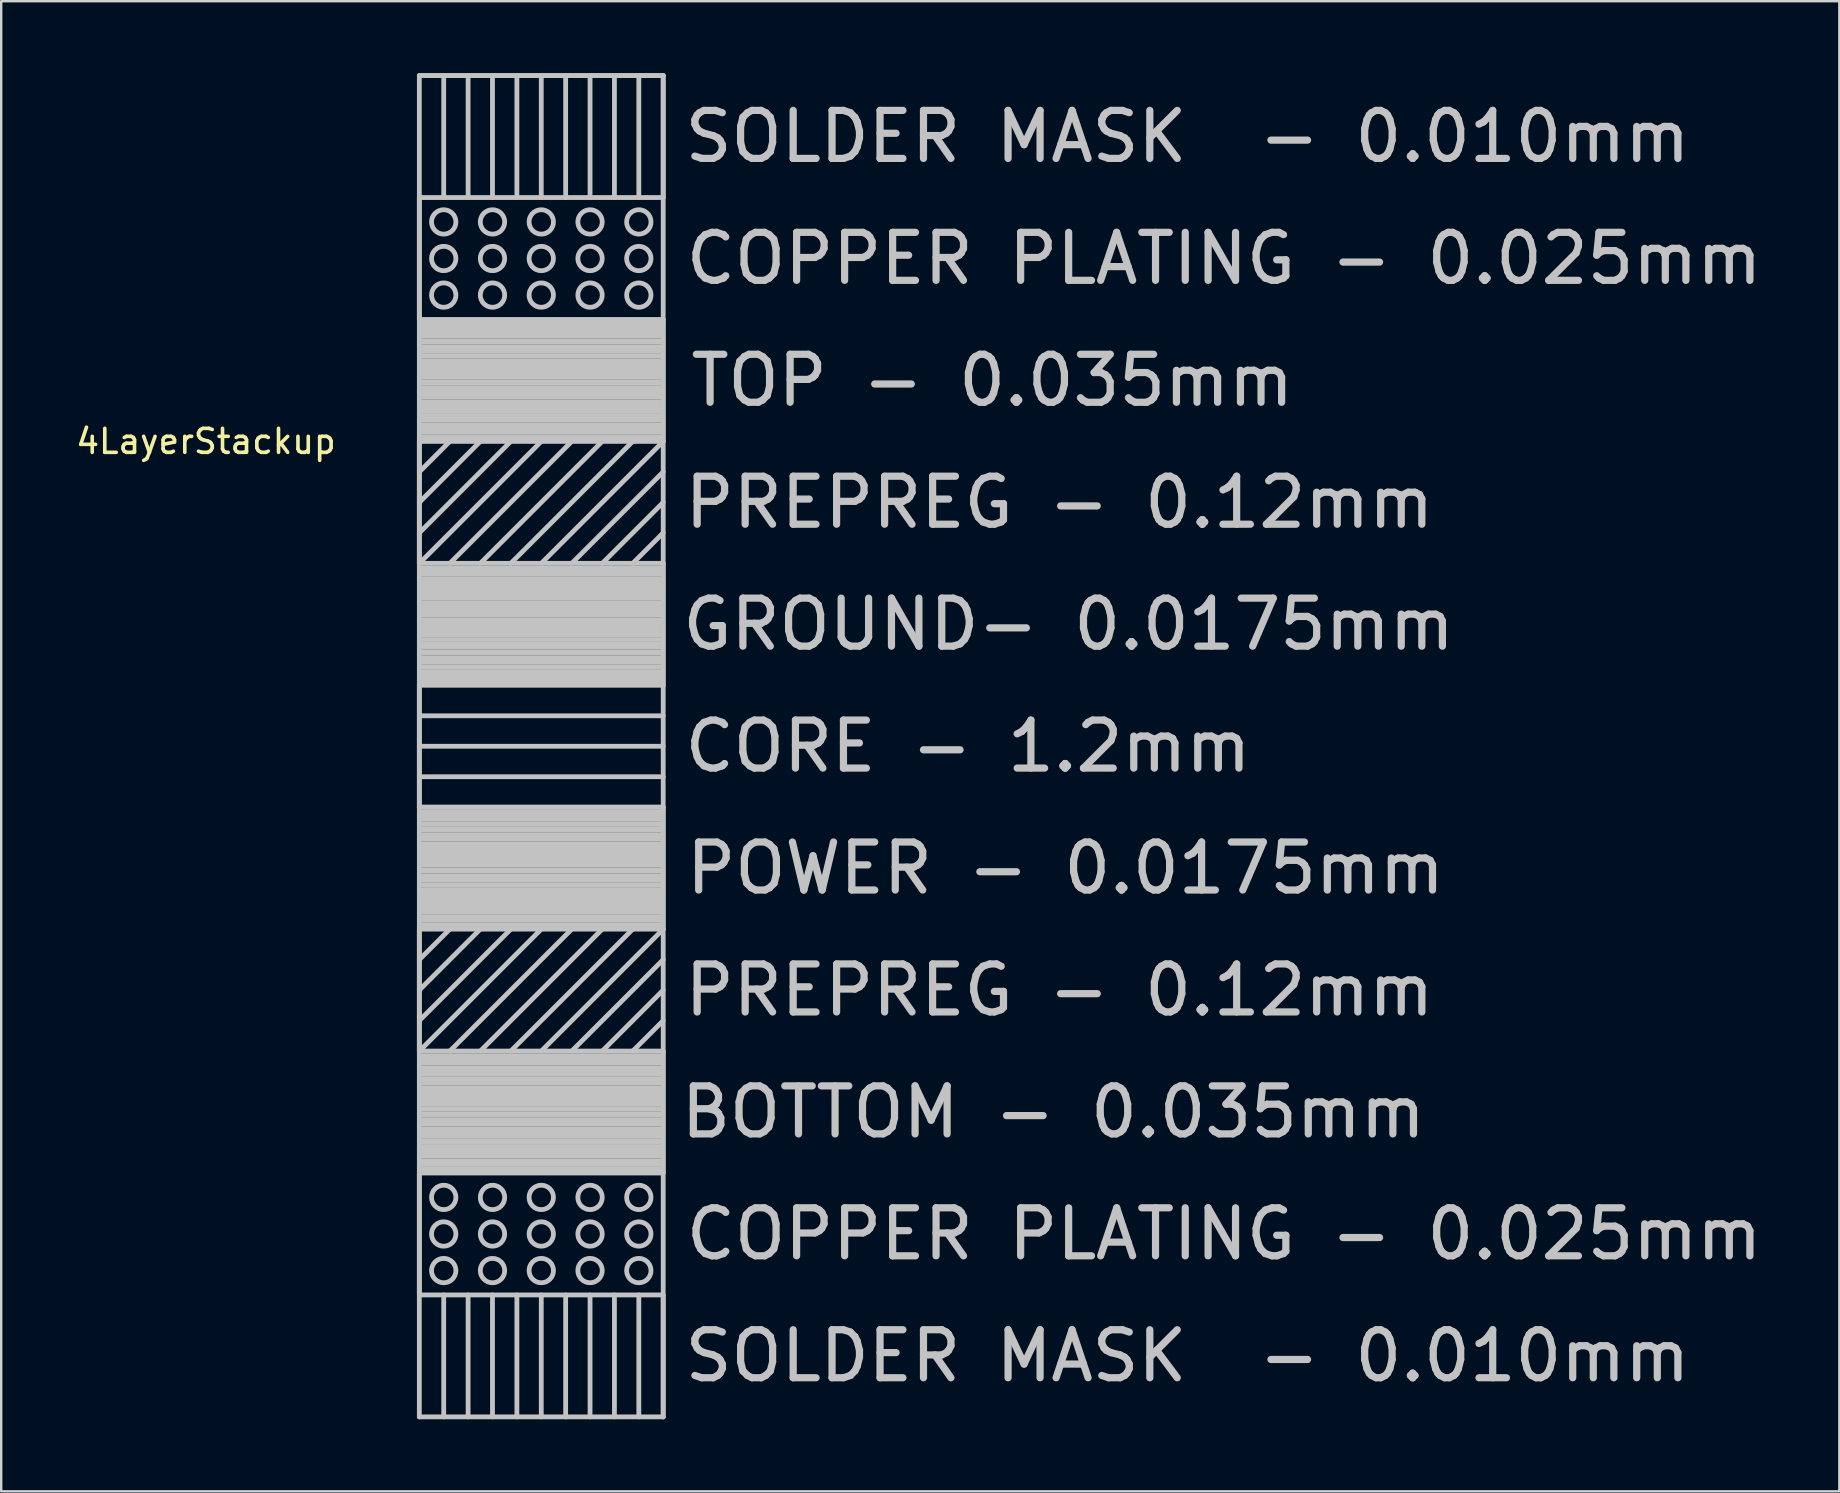
<source format=kicad_pcb>
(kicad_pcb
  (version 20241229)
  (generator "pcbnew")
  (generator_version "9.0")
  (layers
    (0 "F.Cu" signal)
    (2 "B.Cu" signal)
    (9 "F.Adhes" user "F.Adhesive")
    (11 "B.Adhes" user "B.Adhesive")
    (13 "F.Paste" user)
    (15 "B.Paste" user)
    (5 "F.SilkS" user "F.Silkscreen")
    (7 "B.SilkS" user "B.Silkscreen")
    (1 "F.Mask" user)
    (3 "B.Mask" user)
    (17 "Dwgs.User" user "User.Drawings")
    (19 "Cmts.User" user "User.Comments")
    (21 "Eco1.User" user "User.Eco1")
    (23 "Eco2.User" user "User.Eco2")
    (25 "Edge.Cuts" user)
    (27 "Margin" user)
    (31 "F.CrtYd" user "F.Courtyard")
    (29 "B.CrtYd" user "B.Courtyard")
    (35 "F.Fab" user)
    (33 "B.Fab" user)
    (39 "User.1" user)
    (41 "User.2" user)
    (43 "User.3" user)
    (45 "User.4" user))
  (footprint "4LayerStackup"
    (layer "F.Cu")
    (at 19.5 30.58)
    (property "Reference" "4LayerStackup" (at -13.97 -15.24 0) (layer "F.SilkS") (effects (font (size 1 1) (thickness 0.15))))
    (attr through_hole)
    (fp_line (start -5.08 -30.48) (end -5.08 0) (stroke (width 0.2) (type solid)) (layer "Dwgs.User"))
    (fp_line (start -5.08 -25.4) (end 5.08 -25.4) (stroke (width 0.2) (type solid)) (layer "Dwgs.User"))
    (fp_line (start -5.08 -20.32) (end -5.08 -25.4) (stroke (width 0.2) (type solid)) (layer "Dwgs.User"))
    (fp_line (start -5.08 -15.24) (end 5.08 -15.24) (stroke (width 0.2) (type solid)) (layer "Dwgs.User"))
    (fp_line (start -5.08 -10.16) (end -5.08 -15.24) (stroke (width 0.2) (type solid)) (layer "Dwgs.User"))
    (fp_line (start -5.08 -5.08) (end 5.08 -5.08) (stroke (width 0.2) (type solid)) (layer "Dwgs.User"))
    (fp_line (start -5.08 -3.81) (end 5.08 -3.81) (stroke (width 0.2) (type solid)) (layer "Dwgs.User"))
    (fp_line (start -5.08 -2.54) (end 5.08 -2.54) (stroke (width 0.2) (type solid)) (layer "Dwgs.User"))
    (fp_line (start -5.08 -1.27) (end 5.08 -1.27) (stroke (width 0.2) (type solid)) (layer "Dwgs.User"))
    (fp_line (start -5.08 0) (end -5.08 -5.08) (stroke (width 0.2) (type solid)) (layer "Dwgs.User"))
    (fp_line (start -5.08 0) (end 5.08 0) (stroke (width 0.2) (type solid)) (layer "Dwgs.User"))
    (fp_line (start -5.08 5.08) (end -5.08 10.16) (stroke (width 0.2) (type solid)) (layer "Dwgs.User"))
    (fp_line (start -5.08 10.16) (end 5.08 10.16) (stroke (width 0.2) (type solid)) (layer "Dwgs.User"))
    (fp_line (start -5.08 15.24) (end -5.08 20.32) (stroke (width 0.2) (type solid)) (layer "Dwgs.User"))
    (fp_line (start -5.08 20.32) (end 5.08 20.32) (stroke (width 0.2) (type solid)) (layer "Dwgs.User"))
    (fp_line (start -5.08 25.4) (end -5.08 0) (stroke (width 0.2) (type solid)) (layer "Dwgs.User"))
    (fp_line (start -5.016 -20.193) (end 4.953 -20.193) (stroke (width 0.2) (type solid)) (layer "Dwgs.User"))
    (fp_line (start -5.016 -20.066) (end 4.953 -20.066) (stroke (width 0.2) (type solid)) (layer "Dwgs.User"))
    (fp_line (start -5.016 -19.939) (end 4.953 -19.939) (stroke (width 0.2) (type solid)) (layer "Dwgs.User"))
    (fp_line (start -5.016 -19.939) (end 4.953 -19.939) (stroke (width 0.2) (type solid)) (layer "Dwgs.User"))
    (fp_line (start -5.016 -19.812) (end 4.953 -19.812) (stroke (width 0.2) (type solid)) (layer "Dwgs.User"))
    (fp_line (start -5.016 -19.622) (end 4.953 -19.622) (stroke (width 0.2) (type solid)) (layer "Dwgs.User"))
    (fp_line (start -5.016 -19.431) (end 4.953 -19.431) (stroke (width 0.2) (type solid)) (layer "Dwgs.User"))
    (fp_line (start -5.016 -19.367) (end 4.953 -19.367) (stroke (width 0.2) (type solid)) (layer "Dwgs.User"))
    (fp_line (start -5.016 -19.177) (end 4.953 -19.177) (stroke (width 0.2) (type solid)) (layer "Dwgs.User"))
    (fp_line (start -5.016 -19.113) (end 4.953 -19.113) (stroke (width 0.2) (type solid)) (layer "Dwgs.User"))
    (fp_line (start -5.016 -18.986) (end 4.953 -18.986) (stroke (width 0.2) (type solid)) (layer "Dwgs.User"))
    (fp_line (start -5.016 -18.796) (end 4.953 -18.796) (stroke (width 0.2) (type solid)) (layer "Dwgs.User"))
    (fp_line (start -5.016 -18.605) (end 4.953 -18.605) (stroke (width 0.2) (type solid)) (layer "Dwgs.User"))
    (fp_line (start -5.016 -18.479) (end 4.953 -18.479) (stroke (width 0.2) (type solid)) (layer "Dwgs.User"))
    (fp_line (start -5.016 -18.352) (end 4.953 -18.352) (stroke (width 0.2) (type solid)) (layer "Dwgs.User"))
    (fp_line (start -5.016 -18.224) (end 4.953 -18.224) (stroke (width 0.2) (type solid)) (layer "Dwgs.User"))
    (fp_line (start -5.016 -18.224) (end 4.953 -18.224) (stroke (width 0.2) (type solid)) (layer "Dwgs.User"))
    (fp_line (start -5.016 -18.098) (end 4.953 -18.098) (stroke (width 0.2) (type solid)) (layer "Dwgs.User"))
    (fp_line (start -5.016 -17.907) (end 4.953 -17.907) (stroke (width 0.2) (type solid)) (layer "Dwgs.User"))
    (fp_line (start -5.016 -17.716) (end 4.953 -17.716) (stroke (width 0.2) (type solid)) (layer "Dwgs.User"))
    (fp_line (start -5.016 -17.653) (end 4.953 -17.653) (stroke (width 0.2) (type solid)) (layer "Dwgs.User"))
    (fp_line (start -5.016 -17.462) (end 4.953 -17.462) (stroke (width 0.2) (type solid)) (layer "Dwgs.User"))
    (fp_line (start -5.016 -17.399) (end 4.953 -17.399) (stroke (width 0.2) (type solid)) (layer "Dwgs.User"))
    (fp_line (start -5.016 -17.272) (end 4.953 -17.272) (stroke (width 0.2) (type solid)) (layer "Dwgs.User"))
    (fp_line (start -5.016 -17.081) (end 4.953 -17.081) (stroke (width 0.2) (type solid)) (layer "Dwgs.User"))
    (fp_line (start -5.016 -16.891) (end 4.953 -16.891) (stroke (width 0.2) (type solid)) (layer "Dwgs.User"))
    (fp_line (start -5.016 -16.764) (end 4.953 -16.764) (stroke (width 0.2) (type solid)) (layer "Dwgs.User"))
    (fp_line (start -5.016 -16.573) (end 4.953 -16.573) (stroke (width 0.2) (type solid)) (layer "Dwgs.User"))
    (fp_line (start -5.016 -16.51) (end 4.953 -16.51) (stroke (width 0.2) (type solid)) (layer "Dwgs.User"))
    (fp_line (start -5.016 -16.32) (end 4.953 -16.32) (stroke (width 0.2) (type solid)) (layer "Dwgs.User"))
    (fp_line (start -5.016 -16.256) (end 4.953 -16.256) (stroke (width 0.2) (type solid)) (layer "Dwgs.User"))
    (fp_line (start -5.016 -16.129) (end 4.953 -16.129) (stroke (width 0.2) (type solid)) (layer "Dwgs.User"))
    (fp_line (start -5.016 -15.938) (end 4.953 -15.938) (stroke (width 0.2) (type solid)) (layer "Dwgs.User"))
    (fp_line (start -5.016 -15.748) (end 4.953 -15.748) (stroke (width 0.2) (type solid)) (layer "Dwgs.User"))
    (fp_line (start -5.016 -15.621) (end 4.953 -15.621) (stroke (width 0.2) (type solid)) (layer "Dwgs.User"))
    (fp_line (start -5.016 -15.431) (end 4.953 -15.431) (stroke (width 0.2) (type solid)) (layer "Dwgs.User"))
    (fp_line (start -5.016 -9.97) (end 4.953 -9.97) (stroke (width 0.2) (type solid)) (layer "Dwgs.User"))
    (fp_line (start -5.016 -9.842) (end 4.953 -9.842) (stroke (width 0.2) (type solid)) (layer "Dwgs.User"))
    (fp_line (start -5.016 -9.842) (end 4.953 -9.842) (stroke (width 0.2) (type solid)) (layer "Dwgs.User"))
    (fp_line (start -5.016 -9.716) (end 4.953 -9.716) (stroke (width 0.2) (type solid)) (layer "Dwgs.User"))
    (fp_line (start -5.016 -9.525) (end 4.953 -9.525) (stroke (width 0.2) (type solid)) (layer "Dwgs.User"))
    (fp_line (start -5.016 -9.335) (end 4.953 -9.335) (stroke (width 0.2) (type solid)) (layer "Dwgs.User"))
    (fp_line (start -5.016 -9.271) (end 4.953 -9.271) (stroke (width 0.2) (type solid)) (layer "Dwgs.User"))
    (fp_line (start -5.016 -9.081) (end 4.953 -9.081) (stroke (width 0.2) (type solid)) (layer "Dwgs.User"))
    (fp_line (start -5.016 -9.017) (end 4.953 -9.017) (stroke (width 0.2) (type solid)) (layer "Dwgs.User"))
    (fp_line (start -5.016 -8.89) (end 4.953 -8.89) (stroke (width 0.2) (type solid)) (layer "Dwgs.User"))
    (fp_line (start -5.016 -8.7) (end 4.953 -8.7) (stroke (width 0.2) (type solid)) (layer "Dwgs.User"))
    (fp_line (start -5.016 -8.509) (end 4.953 -8.509) (stroke (width 0.2) (type solid)) (layer "Dwgs.User"))
    (fp_line (start -5.016 -8.382) (end 4.953 -8.382) (stroke (width 0.2) (type solid)) (layer "Dwgs.User"))
    (fp_line (start -5.016 -8.255) (end 4.953 -8.255) (stroke (width 0.2) (type solid)) (layer "Dwgs.User"))
    (fp_line (start -5.016 -8.128) (end 4.953 -8.128) (stroke (width 0.2) (type solid)) (layer "Dwgs.User"))
    (fp_line (start -5.016 -8.128) (end 4.953 -8.128) (stroke (width 0.2) (type solid)) (layer "Dwgs.User"))
    (fp_line (start -5.016 -8.001) (end 4.953 -8.001) (stroke (width 0.2) (type solid)) (layer "Dwgs.User"))
    (fp_line (start -5.016 -7.811) (end 4.953 -7.811) (stroke (width 0.2) (type solid)) (layer "Dwgs.User"))
    (fp_line (start -5.016 -7.62) (end 4.953 -7.62) (stroke (width 0.2) (type solid)) (layer "Dwgs.User"))
    (fp_line (start -5.016 -7.556) (end 4.953 -7.556) (stroke (width 0.2) (type solid)) (layer "Dwgs.User"))
    (fp_line (start -5.016 -7.366) (end 4.953 -7.366) (stroke (width 0.2) (type solid)) (layer "Dwgs.User"))
    (fp_line (start -5.016 -7.303) (end 4.953 -7.303) (stroke (width 0.2) (type solid)) (layer "Dwgs.User"))
    (fp_line (start -5.016 -7.176) (end 4.953 -7.176) (stroke (width 0.2) (type solid)) (layer "Dwgs.User"))
    (fp_line (start -5.016 -6.985) (end 4.953 -6.985) (stroke (width 0.2) (type solid)) (layer "Dwgs.User"))
    (fp_line (start -5.016 -6.795) (end 4.953 -6.795) (stroke (width 0.2) (type solid)) (layer "Dwgs.User"))
    (fp_line (start -5.016 -6.668) (end 4.953 -6.668) (stroke (width 0.2) (type solid)) (layer "Dwgs.User"))
    (fp_line (start -5.016 -6.477) (end 4.953 -6.477) (stroke (width 0.2) (type solid)) (layer "Dwgs.User"))
    (fp_line (start -5.016 -6.413) (end 4.953 -6.413) (stroke (width 0.2) (type solid)) (layer "Dwgs.User"))
    (fp_line (start -5.016 -6.223) (end 4.953 -6.223) (stroke (width 0.2) (type solid)) (layer "Dwgs.User"))
    (fp_line (start -5.016 -6.16) (end 4.953 -6.16) (stroke (width 0.2) (type solid)) (layer "Dwgs.User"))
    (fp_line (start -5.016 -6.032) (end 4.953 -6.032) (stroke (width 0.2) (type solid)) (layer "Dwgs.User"))
    (fp_line (start -5.016 -5.842) (end 4.953 -5.842) (stroke (width 0.2) (type solid)) (layer "Dwgs.User"))
    (fp_line (start -5.016 -5.652) (end 4.953 -5.652) (stroke (width 0.2) (type solid)) (layer "Dwgs.User"))
    (fp_line (start -5.016 -5.524) (end 4.953 -5.524) (stroke (width 0.2) (type solid)) (layer "Dwgs.User"))
    (fp_line (start -5.016 -5.334) (end 4.953 -5.334) (stroke (width 0.2) (type solid)) (layer "Dwgs.User"))
    (fp_line (start -5.016 -5.271) (end 4.953 -5.271) (stroke (width 0.2) (type solid)) (layer "Dwgs.User"))
    (fp_line (start -5.016 10.351) (end 4.953 10.351) (stroke (width 0.2) (type solid)) (layer "Dwgs.User"))
    (fp_line (start -5.016 10.414) (end 4.953 10.414) (stroke (width 0.2) (type solid)) (layer "Dwgs.User"))
    (fp_line (start -5.016 10.541) (end 4.953 10.541) (stroke (width 0.2) (type solid)) (layer "Dwgs.User"))
    (fp_line (start -5.016 10.541) (end 4.953 10.541) (stroke (width 0.2) (type solid)) (layer "Dwgs.User"))
    (fp_line (start -5.016 10.668) (end 4.953 10.668) (stroke (width 0.2) (type solid)) (layer "Dwgs.User"))
    (fp_line (start -5.016 10.858) (end 4.953 10.858) (stroke (width 0.2) (type solid)) (layer "Dwgs.User"))
    (fp_line (start -5.016 11.049) (end 4.953 11.049) (stroke (width 0.2) (type solid)) (layer "Dwgs.User"))
    (fp_line (start -5.016 11.113) (end 4.953 11.113) (stroke (width 0.2) (type solid)) (layer "Dwgs.User"))
    (fp_line (start -5.016 11.303) (end 4.953 11.303) (stroke (width 0.2) (type solid)) (layer "Dwgs.User"))
    (fp_line (start -5.016 11.367) (end 4.953 11.367) (stroke (width 0.2) (type solid)) (layer "Dwgs.User"))
    (fp_line (start -5.016 11.493) (end 4.953 11.493) (stroke (width 0.2) (type solid)) (layer "Dwgs.User"))
    (fp_line (start -5.016 11.684) (end 4.953 11.684) (stroke (width 0.2) (type solid)) (layer "Dwgs.User"))
    (fp_line (start -5.016 11.874) (end 4.953 11.874) (stroke (width 0.2) (type solid)) (layer "Dwgs.User"))
    (fp_line (start -5.016 12.002) (end 4.953 12.002) (stroke (width 0.2) (type solid)) (layer "Dwgs.User"))
    (fp_line (start -5.016 12.129) (end 4.953 12.129) (stroke (width 0.2) (type solid)) (layer "Dwgs.User"))
    (fp_line (start -5.016 12.255) (end 4.953 12.255) (stroke (width 0.2) (type solid)) (layer "Dwgs.User"))
    (fp_line (start -5.016 12.255) (end 4.953 12.255) (stroke (width 0.2) (type solid)) (layer "Dwgs.User"))
    (fp_line (start -5.016 12.383) (end 4.953 12.383) (stroke (width 0.2) (type solid)) (layer "Dwgs.User"))
    (fp_line (start -5.016 12.573) (end 4.953 12.573) (stroke (width 0.2) (type solid)) (layer "Dwgs.User"))
    (fp_line (start -5.016 12.764) (end 4.953 12.764) (stroke (width 0.2) (type solid)) (layer "Dwgs.User"))
    (fp_line (start -5.016 12.827) (end 4.953 12.827) (stroke (width 0.2) (type solid)) (layer "Dwgs.User"))
    (fp_line (start -5.016 13.018) (end 4.953 13.018) (stroke (width 0.2) (type solid)) (layer "Dwgs.User"))
    (fp_line (start -5.016 13.081) (end 4.953 13.081) (stroke (width 0.2) (type solid)) (layer "Dwgs.User"))
    (fp_line (start -5.016 13.208) (end 4.953 13.208) (stroke (width 0.2) (type solid)) (layer "Dwgs.User"))
    (fp_line (start -5.016 13.399) (end 4.953 13.399) (stroke (width 0.2) (type solid)) (layer "Dwgs.User"))
    (fp_line (start -5.016 13.589) (end 4.953 13.589) (stroke (width 0.2) (type solid)) (layer "Dwgs.User"))
    (fp_line (start -5.016 13.716) (end 4.953 13.716) (stroke (width 0.2) (type solid)) (layer "Dwgs.User"))
    (fp_line (start -5.016 13.906) (end 4.953 13.906) (stroke (width 0.2) (type solid)) (layer "Dwgs.User"))
    (fp_line (start -5.016 13.97) (end 4.953 13.97) (stroke (width 0.2) (type solid)) (layer "Dwgs.User"))
    (fp_line (start -5.016 14.161) (end 4.953 14.161) (stroke (width 0.2) (type solid)) (layer "Dwgs.User"))
    (fp_line (start -5.016 14.224) (end 4.953 14.224) (stroke (width 0.2) (type solid)) (layer "Dwgs.User"))
    (fp_line (start -5.016 14.351) (end 4.953 14.351) (stroke (width 0.2) (type solid)) (layer "Dwgs.User"))
    (fp_line (start -5.016 14.541) (end 4.953 14.541) (stroke (width 0.2) (type solid)) (layer "Dwgs.User"))
    (fp_line (start -5.016 14.732) (end 4.953 14.732) (stroke (width 0.2) (type solid)) (layer "Dwgs.User"))
    (fp_line (start -5.016 14.859) (end 4.953 14.859) (stroke (width 0.2) (type solid)) (layer "Dwgs.User"))
    (fp_line (start -5.016 15.05) (end 4.953 15.05) (stroke (width 0.2) (type solid)) (layer "Dwgs.User"))
    (fp_line (start -5.016 15.113) (end 4.953 15.113) (stroke (width 0.2) (type solid)) (layer "Dwgs.User"))
    (fp_line (start -4.953 0.191) (end 5.016 0.191) (stroke (width 0.2) (type solid)) (layer "Dwgs.User"))
    (fp_line (start -4.953 0.254) (end 5.016 0.254) (stroke (width 0.2) (type solid)) (layer "Dwgs.User"))
    (fp_line (start -4.953 0.381) (end 5.016 0.381) (stroke (width 0.2) (type solid)) (layer "Dwgs.User"))
    (fp_line (start -4.953 0.381) (end 5.016 0.381) (stroke (width 0.2) (type solid)) (layer "Dwgs.User"))
    (fp_line (start -4.953 0.508) (end 5.016 0.508) (stroke (width 0.2) (type solid)) (layer "Dwgs.User"))
    (fp_line (start -4.953 0.699) (end 5.016 0.699) (stroke (width 0.2) (type solid)) (layer "Dwgs.User"))
    (fp_line (start -4.953 0.889) (end 5.016 0.889) (stroke (width 0.2) (type solid)) (layer "Dwgs.User"))
    (fp_line (start -4.953 0.953) (end 5.016 0.953) (stroke (width 0.2) (type solid)) (layer "Dwgs.User"))
    (fp_line (start -4.953 1.143) (end 5.016 1.143) (stroke (width 0.2) (type solid)) (layer "Dwgs.User"))
    (fp_line (start -4.953 1.206) (end 5.016 1.206) (stroke (width 0.2) (type solid)) (layer "Dwgs.User"))
    (fp_line (start -4.953 1.333) (end 5.016 1.333) (stroke (width 0.2) (type solid)) (layer "Dwgs.User"))
    (fp_line (start -4.953 1.524) (end 5.016 1.524) (stroke (width 0.2) (type solid)) (layer "Dwgs.User"))
    (fp_line (start -4.953 1.714) (end 5.016 1.714) (stroke (width 0.2) (type solid)) (layer "Dwgs.User"))
    (fp_line (start -4.953 1.841) (end 5.016 1.841) (stroke (width 0.2) (type solid)) (layer "Dwgs.User"))
    (fp_line (start -4.953 1.968) (end 5.016 1.968) (stroke (width 0.2) (type solid)) (layer "Dwgs.User"))
    (fp_line (start -4.953 2.095) (end 5.016 2.095) (stroke (width 0.2) (type solid)) (layer "Dwgs.User"))
    (fp_line (start -4.953 2.095) (end 5.016 2.095) (stroke (width 0.2) (type solid)) (layer "Dwgs.User"))
    (fp_line (start -4.953 2.223) (end 5.016 2.223) (stroke (width 0.2) (type solid)) (layer "Dwgs.User"))
    (fp_line (start -4.953 2.413) (end 5.016 2.413) (stroke (width 0.2) (type solid)) (layer "Dwgs.User"))
    (fp_line (start -4.953 2.603) (end 5.016 2.603) (stroke (width 0.2) (type solid)) (layer "Dwgs.User"))
    (fp_line (start -4.953 2.667) (end 5.016 2.667) (stroke (width 0.2) (type solid)) (layer "Dwgs.User"))
    (fp_line (start -4.953 2.857) (end 5.016 2.857) (stroke (width 0.2) (type solid)) (layer "Dwgs.User"))
    (fp_line (start -4.953 2.921) (end 5.016 2.921) (stroke (width 0.2) (type solid)) (layer "Dwgs.User"))
    (fp_line (start -4.953 3.048) (end 5.016 3.048) (stroke (width 0.2) (type solid)) (layer "Dwgs.User"))
    (fp_line (start -4.953 3.239) (end 5.016 3.239) (stroke (width 0.2) (type solid)) (layer "Dwgs.User"))
    (fp_line (start -4.953 3.429) (end 5.016 3.429) (stroke (width 0.2) (type solid)) (layer "Dwgs.User"))
    (fp_line (start -4.953 3.556) (end 5.016 3.556) (stroke (width 0.2) (type solid)) (layer "Dwgs.User"))
    (fp_line (start -4.953 3.747) (end 5.016 3.747) (stroke (width 0.2) (type solid)) (layer "Dwgs.User"))
    (fp_line (start -4.953 3.81) (end 5.016 3.81) (stroke (width 0.2) (type solid)) (layer "Dwgs.User"))
    (fp_line (start -4.953 4) (end 5.016 4) (stroke (width 0.2) (type solid)) (layer "Dwgs.User"))
    (fp_line (start -4.953 4.064) (end 5.016 4.064) (stroke (width 0.2) (type solid)) (layer "Dwgs.User"))
    (fp_line (start -4.953 4.191) (end 5.016 4.191) (stroke (width 0.2) (type solid)) (layer "Dwgs.User"))
    (fp_line (start -4.953 4.381) (end 5.016 4.381) (stroke (width 0.2) (type solid)) (layer "Dwgs.User"))
    (fp_line (start -4.953 4.572) (end 5.016 4.572) (stroke (width 0.2) (type solid)) (layer "Dwgs.User"))
    (fp_line (start -4.953 4.699) (end 5.016 4.699) (stroke (width 0.2) (type solid)) (layer "Dwgs.User"))
    (fp_line (start -4.953 4.889) (end 5.016 4.889) (stroke (width 0.2) (type solid)) (layer "Dwgs.User"))
    (fp_line (start -4.953 4.953) (end 5.016 4.953) (stroke (width 0.2) (type solid)) (layer "Dwgs.User"))
    (fp_line (start -4.064 -30.48) (end -4.064 -25.4) (stroke (width 0.2) (type solid)) (layer "Dwgs.User"))
    (fp_line (start -4.064 20.32) (end -4.064 25.4) (stroke (width 0.2) (type solid)) (layer "Dwgs.User"))
    (fp_line (start -3.81 -15.24) (end -5.08 -13.97) (stroke (width 0.2) (type solid)) (layer "Dwgs.User"))
    (fp_line (start -3.81 5.08) (end -5.08 6.35) (stroke (width 0.2) (type solid)) (layer "Dwgs.User"))
    (fp_line (start -3.048 -30.48) (end -3.048 -25.4) (stroke (width 0.2) (type solid)) (layer "Dwgs.User"))
    (fp_line (start -3.048 20.32) (end -3.048 25.4) (stroke (width 0.2) (type solid)) (layer "Dwgs.User"))
    (fp_line (start -2.54 -15.24) (end -5.08 -12.7) (stroke (width 0.2) (type solid)) (layer "Dwgs.User"))
    (fp_line (start -2.54 5.08) (end -5.08 7.62) (stroke (width 0.2) (type solid)) (layer "Dwgs.User"))
    (fp_line (start -2.032 -30.48) (end -2.032 -25.4) (stroke (width 0.2) (type solid)) (layer "Dwgs.User"))
    (fp_line (start -2.032 20.32) (end -2.032 25.4) (stroke (width 0.2) (type solid)) (layer "Dwgs.User"))
    (fp_line (start -1.27 -15.24) (end -5.08 -11.43) (stroke (width 0.2) (type solid)) (layer "Dwgs.User"))
    (fp_line (start -1.27 5.08) (end -5.08 8.89) (stroke (width 0.2) (type solid)) (layer "Dwgs.User"))
    (fp_line (start -1.016 -30.48) (end -1.016 -25.4) (stroke (width 0.2) (type solid)) (layer "Dwgs.User"))
    (fp_line (start -1.016 20.32) (end -1.016 25.4) (stroke (width 0.2) (type solid)) (layer "Dwgs.User"))
    (fp_line (start 0 -30.48) (end 0 -25.4) (stroke (width 0.2) (type solid)) (layer "Dwgs.User"))
    (fp_line (start 0 -15.24) (end -5.08 -10.16) (stroke (width 0.2) (type solid)) (layer "Dwgs.User"))
    (fp_line (start 0 5.08) (end -5.08 10.16) (stroke (width 0.2) (type solid)) (layer "Dwgs.User"))
    (fp_line (start 0 20.32) (end 0 25.4) (stroke (width 0.2) (type solid)) (layer "Dwgs.User"))
    (fp_line (start 1.016 -30.48) (end 1.016 -25.4) (stroke (width 0.2) (type solid)) (layer "Dwgs.User"))
    (fp_line (start 1.016 20.32) (end 1.016 25.4) (stroke (width 0.2) (type solid)) (layer "Dwgs.User"))
    (fp_line (start 1.27 -15.24) (end -3.81 -10.16) (stroke (width 0.2) (type solid)) (layer "Dwgs.User"))
    (fp_line (start 1.27 5.08) (end -3.81 10.16) (stroke (width 0.2) (type solid)) (layer "Dwgs.User"))
    (fp_line (start 2.032 -30.48) (end 2.032 -25.4) (stroke (width 0.2) (type solid)) (layer "Dwgs.User"))
    (fp_line (start 2.032 20.32) (end 2.032 25.4) (stroke (width 0.2) (type solid)) (layer "Dwgs.User"))
    (fp_line (start 2.54 -15.24) (end -2.54 -10.16) (stroke (width 0.2) (type solid)) (layer "Dwgs.User"))
    (fp_line (start 2.54 5.08) (end -2.54 10.16) (stroke (width 0.2) (type solid)) (layer "Dwgs.User"))
    (fp_line (start 3.048 -30.48) (end 3.048 -25.4) (stroke (width 0.2) (type solid)) (layer "Dwgs.User"))
    (fp_line (start 3.048 20.32) (end 3.048 25.4) (stroke (width 0.2) (type solid)) (layer "Dwgs.User"))
    (fp_line (start 3.81 -15.24) (end -1.27 -10.16) (stroke (width 0.2) (type solid)) (layer "Dwgs.User"))
    (fp_line (start 3.81 5.08) (end -1.27 10.16) (stroke (width 0.2) (type solid)) (layer "Dwgs.User"))
    (fp_line (start 4.064 -30.48) (end 4.064 -25.4) (stroke (width 0.2) (type solid)) (layer "Dwgs.User"))
    (fp_line (start 4.064 20.32) (end 4.064 25.4) (stroke (width 0.2) (type solid)) (layer "Dwgs.User"))
    (fp_line (start 5.08 -30.48) (end -5.08 -30.48) (stroke (width 0.2) (type solid)) (layer "Dwgs.User"))
    (fp_line (start 5.08 -30.48) (end -5.08 -30.48) (stroke (width 0.2) (type solid)) (layer "Dwgs.User"))
    (fp_line (start 5.08 -25.4) (end 5.08 -30.48) (stroke (width 0.2) (type solid)) (layer "Dwgs.User"))
    (fp_line (start 5.08 -20.32) (end -5.08 -20.32) (stroke (width 0.2) (type solid)) (layer "Dwgs.User"))
    (fp_line (start 5.08 -15.24) (end 0 -10.16) (stroke (width 0.2) (type solid)) (layer "Dwgs.User"))
    (fp_line (start 5.08 -15.24) (end 5.08 -20.32) (stroke (width 0.2) (type solid)) (layer "Dwgs.User"))
    (fp_line (start 5.08 -13.97) (end 1.27 -10.16) (stroke (width 0.2) (type solid)) (layer "Dwgs.User"))
    (fp_line (start 5.08 -12.7) (end 2.54 -10.16) (stroke (width 0.2) (type solid)) (layer "Dwgs.User"))
    (fp_line (start 5.08 -11.43) (end 3.81 -10.16) (stroke (width 0.2) (type solid)) (layer "Dwgs.User"))
    (fp_line (start 5.08 -10.16) (end -5.08 -10.16) (stroke (width 0.2) (type solid)) (layer "Dwgs.User"))
    (fp_line (start 5.08 -5.08) (end 5.08 -10.16) (stroke (width 0.2) (type solid)) (layer "Dwgs.User"))
    (fp_line (start 5.08 0) (end -5.08 0) (stroke (width 0.2) (type solid)) (layer "Dwgs.User"))
    (fp_line (start 5.08 0) (end 5.08 5.08) (stroke (width 0.2) (type solid)) (layer "Dwgs.User"))
    (fp_line (start 5.08 5.08) (end -5.08 5.08) (stroke (width 0.2) (type solid)) (layer "Dwgs.User"))
    (fp_line (start 5.08 5.08) (end 0 10.16) (stroke (width 0.2) (type solid)) (layer "Dwgs.User"))
    (fp_line (start 5.08 6.35) (end 1.27 10.16) (stroke (width 0.2) (type solid)) (layer "Dwgs.User"))
    (fp_line (start 5.08 7.62) (end 2.54 10.16) (stroke (width 0.2) (type solid)) (layer "Dwgs.User"))
    (fp_line (start 5.08 8.89) (end 3.81 10.16) (stroke (width 0.2) (type solid)) (layer "Dwgs.User"))
    (fp_line (start 5.08 10.16) (end 5.08 15.24) (stroke (width 0.2) (type solid)) (layer "Dwgs.User"))
    (fp_line (start 5.08 15.24) (end -5.08 15.24) (stroke (width 0.2) (type solid)) (layer "Dwgs.User"))
    (fp_line (start 5.08 20.32) (end 5.08 25.4) (stroke (width 0.2) (type solid)) (layer "Dwgs.User"))
    (fp_line (start 5.08 25.4) (end -5.08 25.4) (stroke (width 0.2) (type solid)) (layer "Dwgs.User"))
    (fp_line (start 5.08 25.4) (end 5.08 -30.48) (stroke (width 0.2) (type solid)) (layer "Dwgs.User"))
    (fp_circle (center -4.064 -24.384) (end -3.556 -24.384) (stroke (width 0.2) (type solid)) (fill no) (layer "Dwgs.User"))
    (fp_circle (center -4.064 -22.86) (end -3.556 -22.86) (stroke (width 0.2) (type solid)) (fill no) (layer "Dwgs.User"))
    (fp_circle (center -4.064 -21.336) (end -3.556 -21.336) (stroke (width 0.2) (type solid)) (fill no) (layer "Dwgs.User"))
    (fp_circle (center -4.064 16.256) (end -3.556 16.256) (stroke (width 0.2) (type solid)) (fill no) (layer "Dwgs.User"))
    (fp_circle (center -4.064 17.78) (end -3.556 17.78) (stroke (width 0.2) (type solid)) (fill no) (layer "Dwgs.User"))
    (fp_circle (center -4.064 19.304) (end -3.556 19.304) (stroke (width 0.2) (type solid)) (fill no) (layer "Dwgs.User"))
    (fp_circle (center -2.032 -24.384) (end -1.524 -24.384) (stroke (width 0.2) (type solid)) (fill no) (layer "Dwgs.User"))
    (fp_circle (center -2.032 -22.86) (end -1.524 -22.86) (stroke (width 0.2) (type solid)) (fill no) (layer "Dwgs.User"))
    (fp_circle (center -2.032 -21.336) (end -1.524 -21.336) (stroke (width 0.2) (type solid)) (fill no) (layer "Dwgs.User"))
    (fp_circle (center -2.032 16.256) (end -1.524 16.256) (stroke (width 0.2) (type solid)) (fill no) (layer "Dwgs.User"))
    (fp_circle (center -2.032 17.78) (end -1.524 17.78) (stroke (width 0.2) (type solid)) (fill no) (layer "Dwgs.User"))
    (fp_circle (center -2.032 19.304) (end -1.524 19.304) (stroke (width 0.2) (type solid)) (fill no) (layer "Dwgs.User"))
    (fp_circle (center 0 -24.384) (end 0.508 -24.384) (stroke (width 0.2) (type solid)) (fill no) (layer "Dwgs.User"))
    (fp_circle (center 0 -22.86) (end 0.508 -22.86) (stroke (width 0.2) (type solid)) (fill no) (layer "Dwgs.User"))
    (fp_circle (center 0 -21.336) (end 0.508 -21.336) (stroke (width 0.2) (type solid)) (fill no) (layer "Dwgs.User"))
    (fp_circle (center 0 16.256) (end 0.508 16.256) (stroke (width 0.2) (type solid)) (fill no) (layer "Dwgs.User"))
    (fp_circle (center 0 17.78) (end 0.508 17.78) (stroke (width 0.2) (type solid)) (fill no) (layer "Dwgs.User"))
    (fp_circle (center 0 19.304) (end 0.508 19.304) (stroke (width 0.2) (type solid)) (fill no) (layer "Dwgs.User"))
    (fp_circle (center 2.032 -24.384) (end 2.54 -24.384) (stroke (width 0.2) (type solid)) (fill no) (layer "Dwgs.User"))
    (fp_circle (center 2.032 -22.86) (end 2.54 -22.86) (stroke (width 0.2) (type solid)) (fill no) (layer "Dwgs.User"))
    (fp_circle (center 2.032 -21.336) (end 2.54 -21.336) (stroke (width 0.2) (type solid)) (fill no) (layer "Dwgs.User"))
    (fp_circle (center 2.032 16.256) (end 2.54 16.256) (stroke (width 0.2) (type solid)) (fill no) (layer "Dwgs.User"))
    (fp_circle (center 2.032 17.78) (end 2.54 17.78) (stroke (width 0.2) (type solid)) (fill no) (layer "Dwgs.User"))
    (fp_circle (center 2.032 19.304) (end 2.54 19.304) (stroke (width 0.2) (type solid)) (fill no) (layer "Dwgs.User"))
    (fp_circle (center 4.064 -24.384) (end 4.572 -24.384) (stroke (width 0.2) (type solid)) (fill no) (layer "Dwgs.User"))
    (fp_circle (center 4.064 -22.86) (end 4.572 -22.86) (stroke (width 0.2) (type solid)) (fill no) (layer "Dwgs.User"))
    (fp_circle (center 4.064 -21.336) (end 4.572 -21.336) (stroke (width 0.2) (type solid)) (fill no) (layer "Dwgs.User"))
    (fp_circle (center 4.064 16.256) (end 4.572 16.256) (stroke (width 0.2) (type solid)) (fill no) (layer "Dwgs.User"))
    (fp_circle (center 4.064 17.78) (end 4.572 17.78) (stroke (width 0.2) (type solid)) (fill no) (layer "Dwgs.User"))
    (fp_circle (center 4.064 19.304) (end 4.572 19.304) (stroke (width 0.2) (type solid)) (fill no) (layer "Dwgs.User"))
    (fp_text user "CORE - 1.2mm" (at 17.78 -2.54 0) (layer "Dwgs.User") (effects (font (size 2 2) (thickness 0.3))))
    (fp_text user "PREPREG - 0.12mm" (at 21.59 -12.7 0) (layer "Dwgs.User") (effects (font (size 2 2) (thickness 0.3))))
    (fp_text user "TOP - 0.035mm" (at 18.796 -17.78 0) (layer "Dwgs.User") (effects (font (size 2 2) (thickness 0.3))))
    (fp_text user "SOLDER MASK  - 0.010mm" (at 26.924 22.86 0) (layer "Dwgs.User") (effects (font (size 2 2) (thickness 0.3))))
    (fp_text user "GROUND- 0.0175mm" (at 21.971 -7.62 0) (layer "Dwgs.User") (effects (font (size 2 2) (thickness 0.3))))
    (fp_text user "POWER - 0.0175mm" (at 21.844 2.54 0) (layer "Dwgs.User") (effects (font (size 2 2) (thickness 0.3))))
    (fp_text user "BOTTOM - 0.035mm" (at 21.336 12.7 0) (layer "Dwgs.User") (effects (font (size 2 2) (thickness 0.3))))
    (fp_text user "SOLDER MASK  - 0.010mm" (at 26.924 -27.94 0) (layer "Dwgs.User") (effects (font (size 2 2) (thickness 0.3))))
    (fp_text user "COPPER PLATING - 0.025mm" (at 28.448 17.78 0) (layer "Dwgs.User") (effects (font (size 2 2) (thickness 0.3))))
    (fp_text user "COPPER PLATING - 0.025mm" (at 28.448 -22.86 0) (layer "Dwgs.User") (effects (font (size 2 2) (thickness 0.3))))
    (fp_text user "PREPREG - 0.12mm" (at 21.59 7.62 0) (layer "Dwgs.User") (effects (font (size 2 2) (thickness 0.3)))))
  (gr_rect
    (start -3 -3)
    (end 73.579 59.08)
    (stroke (width 0.1) (type default))
    (fill no)
    (layer "Edge.Cuts")))
</source>
